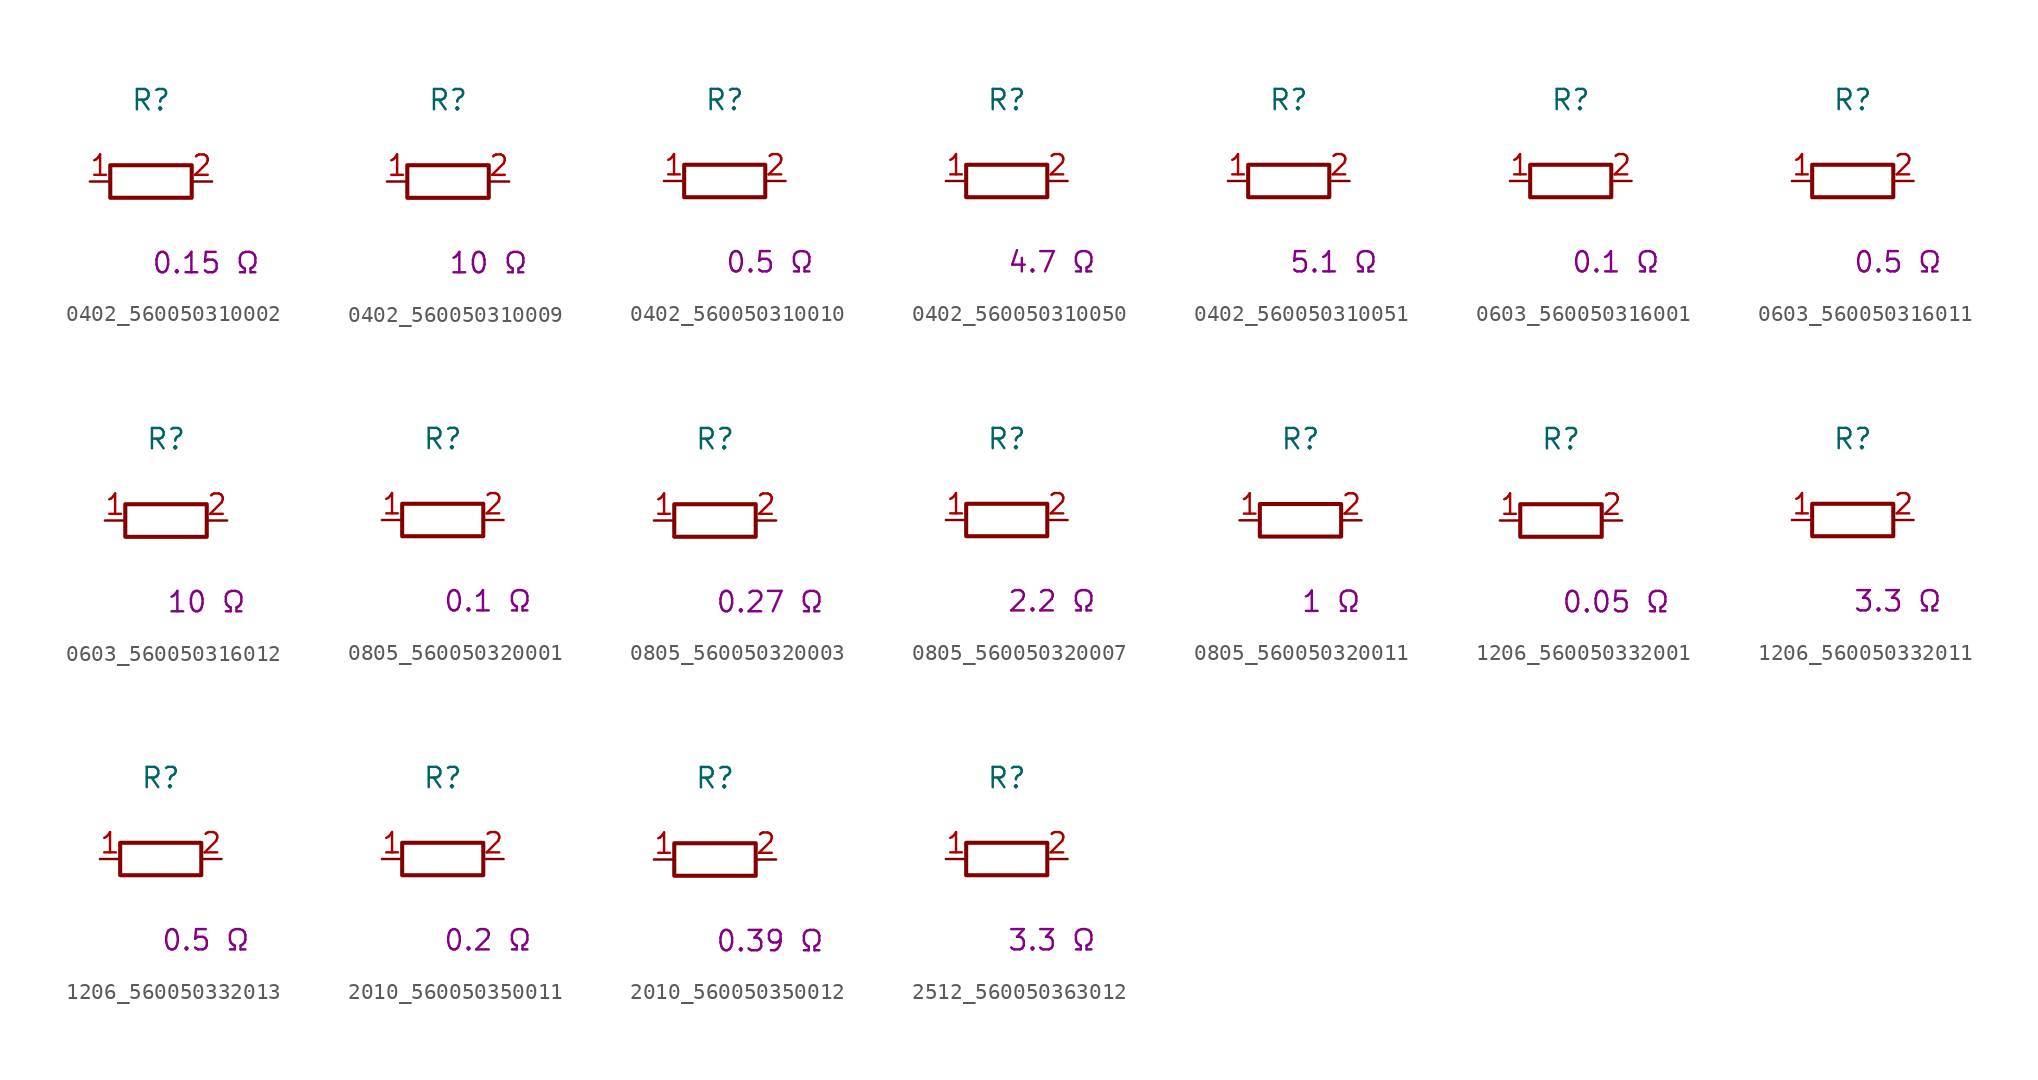
<source format=kicad_sym>
(kicad_symbol_lib
  (version 20220914)
  (generator kicad_symbol_editor)
  (symbol "0402_560050310002"
    (pin_names hide)
    (property "Reference" "R"
      (at 0 5.08 0)
      (effects (font (size 1.27 1.27))))
    (property "Critical Parameter" "0.15 Ω"
      (at 0 -5.08 0)
      (effects (font (size 1.27 1.27)) (justify left)))
    (symbol "0402_560050310002_0_1"
      (rectangle (start -2.54 -1.016) (end 2.54 1.016) (stroke (width 0.254) (type default)) (fill (type none))))
    (symbol "0402_560050310002_1_1"
      (pin passive line (at -3.81 0 0) (length 1.27) (name "~" (effects (font (size 1.27 1.27)))) (number "1" (effects (font (size 1.27 1.27)))))
      (pin passive line (at 3.81 0 180) (length 1.27) (name "~" (effects (font (size 1.27 1.27)))) (number "2" (effects (font (size 1.27 1.27)))))))
  (symbol "0402_560050310009"
    (pin_names hide)
    (property "Reference" "R"
      (at 0 5.08 0)
      (effects (font (size 1.27 1.27))))
    (property "Critical Parameter" "10 Ω"
      (at 0 -5.08 0)
      (effects (font (size 1.27 1.27)) (justify left)))
    (symbol "0402_560050310009_0_1"
      (rectangle (start -2.54 -1.016) (end 2.54 1.016) (stroke (width 0.254) (type default)) (fill (type none))))
    (symbol "0402_560050310009_1_1"
      (pin passive line (at -3.81 0 0) (length 1.27) (name "~" (effects (font (size 1.27 1.27)))) (number "1" (effects (font (size 1.27 1.27)))))
      (pin passive line (at 3.81 0 180) (length 1.27) (name "~" (effects (font (size 1.27 1.27)))) (number "2" (effects (font (size 1.27 1.27)))))))
  (symbol "0402_560050310010"
    (pin_names hide)
    (property "Reference" "R"
      (at 0 5.08 0)
      (effects (font (size 1.27 1.27))))
    (property "Critical Parameter" "0.5 Ω"
      (at 0 -5.08 0)
      (effects (font (size 1.27 1.27)) (justify left)))
    (symbol "0402_560050310010_0_1"
      (rectangle (start -2.54 -1.016) (end 2.54 1.016) (stroke (width 0.254) (type default)) (fill (type none))))
    (symbol "0402_560050310010_1_1"
      (pin passive line (at -3.81 0 0) (length 1.27) (name "~" (effects (font (size 1.27 1.27)))) (number "1" (effects (font (size 1.27 1.27)))))
      (pin passive line (at 3.81 0 180) (length 1.27) (name "~" (effects (font (size 1.27 1.27)))) (number "2" (effects (font (size 1.27 1.27)))))))
  (symbol "0402_560050310050"
    (pin_names hide)
    (property "Reference" "R"
      (at 0 5.08 0)
      (effects (font (size 1.27 1.27))))
    (property "Critical Parameter" "4.7 Ω"
      (at 0 -5.08 0)
      (effects (font (size 1.27 1.27)) (justify left)))
    (symbol "0402_560050310050_0_1"
      (rectangle (start -2.54 -1.016) (end 2.54 1.016) (stroke (width 0.254) (type default)) (fill (type none))))
    (symbol "0402_560050310050_1_1"
      (pin passive line (at -3.81 0 0) (length 1.27) (name "~" (effects (font (size 1.27 1.27)))) (number "1" (effects (font (size 1.27 1.27)))))
      (pin passive line (at 3.81 0 180) (length 1.27) (name "~" (effects (font (size 1.27 1.27)))) (number "2" (effects (font (size 1.27 1.27)))))))
  (symbol "0402_560050310051"
    (pin_names hide)
    (property "Reference" "R"
      (at 0 5.08 0)
      (effects (font (size 1.27 1.27))))
    (property "Critical Parameter" "5.1 Ω"
      (at 0 -5.08 0)
      (effects (font (size 1.27 1.27)) (justify left)))
    (symbol "0402_560050310051_0_1"
      (rectangle (start -2.54 -1.016) (end 2.54 1.016) (stroke (width 0.254) (type default)) (fill (type none))))
    (symbol "0402_560050310051_1_1"
      (pin passive line (at -3.81 0 0) (length 1.27) (name "~" (effects (font (size 1.27 1.27)))) (number "1" (effects (font (size 1.27 1.27)))))
      (pin passive line (at 3.81 0 180) (length 1.27) (name "~" (effects (font (size 1.27 1.27)))) (number "2" (effects (font (size 1.27 1.27)))))))
  (symbol "0603_560050316001"
    (pin_names hide)
    (property "Reference" "R"
      (at 0 5.08 0)
      (effects (font (size 1.27 1.27))))
    (property "Critical Parameter" "0.1 Ω"
      (at 0 -5.08 0)
      (effects (font (size 1.27 1.27)) (justify left)))
    (symbol "0603_560050316001_0_1"
      (rectangle (start -2.54 -1.016) (end 2.54 1.016) (stroke (width 0.254) (type default)) (fill (type none))))
    (symbol "0603_560050316001_1_1"
      (pin passive line (at -3.81 0 0) (length 1.27) (name "~" (effects (font (size 1.27 1.27)))) (number "1" (effects (font (size 1.27 1.27)))))
      (pin passive line (at 3.81 0 180) (length 1.27) (name "~" (effects (font (size 1.27 1.27)))) (number "2" (effects (font (size 1.27 1.27)))))))
  (symbol "0603_560050316011"
    (pin_names hide)
    (property "Reference" "R"
      (at 0 5.08 0)
      (effects (font (size 1.27 1.27))))
    (property "Critical Parameter" "0.5 Ω"
      (at 0 -5.08 0)
      (effects (font (size 1.27 1.27)) (justify left)))
    (symbol "0603_560050316011_0_1"
      (rectangle (start -2.54 -1.016) (end 2.54 1.016) (stroke (width 0.254) (type default)) (fill (type none))))
    (symbol "0603_560050316011_1_1"
      (pin passive line (at -3.81 0 0) (length 1.27) (name "~" (effects (font (size 1.27 1.27)))) (number "1" (effects (font (size 1.27 1.27)))))
      (pin passive line (at 3.81 0 180) (length 1.27) (name "~" (effects (font (size 1.27 1.27)))) (number "2" (effects (font (size 1.27 1.27)))))))
  (symbol "0603_560050316012"
    (pin_names hide)
    (property "Reference" "R"
      (at 0 5.08 0)
      (effects (font (size 1.27 1.27))))
    (property "Critical Parameter" "10 Ω"
      (at 0 -5.08 0)
      (effects (font (size 1.27 1.27)) (justify left)))
    (symbol "0603_560050316012_0_1"
      (rectangle (start -2.54 -1.016) (end 2.54 1.016) (stroke (width 0.254) (type default)) (fill (type none))))
    (symbol "0603_560050316012_1_1"
      (pin passive line (at -3.81 0 0) (length 1.27) (name "~" (effects (font (size 1.27 1.27)))) (number "1" (effects (font (size 1.27 1.27)))))
      (pin passive line (at 3.81 0 180) (length 1.27) (name "~" (effects (font (size 1.27 1.27)))) (number "2" (effects (font (size 1.27 1.27)))))))
  (symbol "0805_560050320001"
    (pin_names hide)
    (property "Reference" "R"
      (at 0 5.08 0)
      (effects (font (size 1.27 1.27))))
    (property "Critical Parameter" "0.1 Ω"
      (at 0 -5.08 0)
      (effects (font (size 1.27 1.27)) (justify left)))
    (symbol "0805_560050320001_0_1"
      (rectangle (start -2.54 -1.016) (end 2.54 1.016) (stroke (width 0.254) (type default)) (fill (type none))))
    (symbol "0805_560050320001_1_1"
      (pin passive line (at -3.81 0 0) (length 1.27) (name "~" (effects (font (size 1.27 1.27)))) (number "1" (effects (font (size 1.27 1.27)))))
      (pin passive line (at 3.81 0 180) (length 1.27) (name "~" (effects (font (size 1.27 1.27)))) (number "2" (effects (font (size 1.27 1.27)))))))
  (symbol "0805_560050320003"
    (pin_names hide)
    (property "Reference" "R"
      (at 0 5.08 0)
      (effects (font (size 1.27 1.27))))
    (property "Critical Parameter" "0.27 Ω"
      (at 0 -5.08 0)
      (effects (font (size 1.27 1.27)) (justify left)))
    (symbol "0805_560050320003_0_1"
      (rectangle (start -2.54 -1.016) (end 2.54 1.016) (stroke (width 0.254) (type default)) (fill (type none))))
    (symbol "0805_560050320003_1_1"
      (pin passive line (at -3.81 0 0) (length 1.27) (name "~" (effects (font (size 1.27 1.27)))) (number "1" (effects (font (size 1.27 1.27)))))
      (pin passive line (at 3.81 0 180) (length 1.27) (name "~" (effects (font (size 1.27 1.27)))) (number "2" (effects (font (size 1.27 1.27)))))))
  (symbol "0805_560050320007"
    (pin_names hide)
    (property "Reference" "R"
      (at 0 5.08 0)
      (effects (font (size 1.27 1.27))))
    (property "Critical Parameter" "2.2 Ω"
      (at 0 -5.08 0)
      (effects (font (size 1.27 1.27)) (justify left)))
    (symbol "0805_560050320007_0_1"
      (rectangle (start -2.54 -1.016) (end 2.54 1.016) (stroke (width 0.254) (type default)) (fill (type none))))
    (symbol "0805_560050320007_1_1"
      (pin passive line (at -3.81 0 0) (length 1.27) (name "~" (effects (font (size 1.27 1.27)))) (number "1" (effects (font (size 1.27 1.27)))))
      (pin passive line (at 3.81 0 180) (length 1.27) (name "~" (effects (font (size 1.27 1.27)))) (number "2" (effects (font (size 1.27 1.27)))))))
  (symbol "0805_560050320011"
    (pin_names hide)
    (property "Reference" "R"
      (at 0 5.08 0)
      (effects (font (size 1.27 1.27))))
    (property "Critical Parameter" "1 Ω"
      (at 0 -5.08 0)
      (effects (font (size 1.27 1.27)) (justify left)))
    (symbol "0805_560050320011_0_1"
      (rectangle (start -2.54 -1.016) (end 2.54 1.016) (stroke (width 0.254) (type default)) (fill (type none))))
    (symbol "0805_560050320011_1_1"
      (pin passive line (at -3.81 0 0) (length 1.27) (name "~" (effects (font (size 1.27 1.27)))) (number "1" (effects (font (size 1.27 1.27)))))
      (pin passive line (at 3.81 0 180) (length 1.27) (name "~" (effects (font (size 1.27 1.27)))) (number "2" (effects (font (size 1.27 1.27)))))))
  (symbol "1206_560050332001"
    (pin_names hide)
    (property "Reference" "R"
      (at 0 5.08 0)
      (effects (font (size 1.27 1.27))))
    (property "Critical Parameter" "0.05 Ω"
      (at 0 -5.08 0)
      (effects (font (size 1.27 1.27)) (justify left)))
    (symbol "1206_560050332001_0_1"
      (rectangle (start -2.54 -1.016) (end 2.54 1.016) (stroke (width 0.254) (type default)) (fill (type none))))
    (symbol "1206_560050332001_1_1"
      (pin passive line (at -3.81 0 0) (length 1.27) (name "~" (effects (font (size 1.27 1.27)))) (number "1" (effects (font (size 1.27 1.27)))))
      (pin passive line (at 3.81 0 180) (length 1.27) (name "~" (effects (font (size 1.27 1.27)))) (number "2" (effects (font (size 1.27 1.27)))))))
  (symbol "1206_560050332011"
    (pin_names hide)
    (property "Reference" "R"
      (at 0 5.08 0)
      (effects (font (size 1.27 1.27))))
    (property "Critical Parameter" "3.3 Ω"
      (at 0 -5.08 0)
      (effects (font (size 1.27 1.27)) (justify left)))
    (symbol "1206_560050332011_0_1"
      (rectangle (start -2.54 -1.016) (end 2.54 1.016) (stroke (width 0.254) (type default)) (fill (type none))))
    (symbol "1206_560050332011_1_1"
      (pin passive line (at -3.81 0 0) (length 1.27) (name "~" (effects (font (size 1.27 1.27)))) (number "1" (effects (font (size 1.27 1.27)))))
      (pin passive line (at 3.81 0 180) (length 1.27) (name "~" (effects (font (size 1.27 1.27)))) (number "2" (effects (font (size 1.27 1.27)))))))
  (symbol "1206_560050332013"
    (pin_names hide)
    (property "Reference" "R"
      (at 0 5.08 0)
      (effects (font (size 1.27 1.27))))
    (property "Critical Parameter" "0.5 Ω"
      (at 0 -5.08 0)
      (effects (font (size 1.27 1.27)) (justify left)))
    (symbol "1206_560050332013_0_1"
      (rectangle (start -2.54 -1.016) (end 2.54 1.016) (stroke (width 0.254) (type default)) (fill (type none))))
    (symbol "1206_560050332013_1_1"
      (pin passive line (at -3.81 0 0) (length 1.27) (name "~" (effects (font (size 1.27 1.27)))) (number "1" (effects (font (size 1.27 1.27)))))
      (pin passive line (at 3.81 0 180) (length 1.27) (name "~" (effects (font (size 1.27 1.27)))) (number "2" (effects (font (size 1.27 1.27)))))))
  (symbol "2010_560050350011"
    (pin_names hide)
    (property "Reference" "R"
      (at 0 5.08 0)
      (effects (font (size 1.27 1.27))))
    (property "Critical Parameter" "0.2 Ω"
      (at 0 -5.08 0)
      (effects (font (size 1.27 1.27)) (justify left)))
    (symbol "2010_560050350011_0_1"
      (rectangle (start -2.54 -1.016) (end 2.54 1.016) (stroke (width 0.254) (type default)) (fill (type none))))
    (symbol "2010_560050350011_1_1"
      (pin passive line (at -3.81 0 0) (length 1.27) (name "~" (effects (font (size 1.27 1.27)))) (number "1" (effects (font (size 1.27 1.27)))))
      (pin passive line (at 3.81 0 180) (length 1.27) (name "~" (effects (font (size 1.27 1.27)))) (number "2" (effects (font (size 1.27 1.27)))))))
  (symbol "2010_560050350012"
    (pin_names hide)
    (property "Reference" "R"
      (at 0 5.08 0)
      (effects (font (size 1.27 1.27))))
    (property "Critical Parameter" "0.39 Ω"
      (at 0 -5.08 0)
      (effects (font (size 1.27 1.27)) (justify left)))
    (symbol "2010_560050350012_0_1"
      (rectangle (start -2.54 -1.016) (end 2.54 1.016) (stroke (width 0.254) (type default)) (fill (type none))))
    (symbol "2010_560050350012_1_1"
      (pin passive line (at -3.81 0 0) (length 1.27) (name "~" (effects (font (size 1.27 1.27)))) (number "1" (effects (font (size 1.27 1.27)))))
      (pin passive line (at 3.81 0 180) (length 1.27) (name "~" (effects (font (size 1.27 1.27)))) (number "2" (effects (font (size 1.27 1.27)))))))
  (symbol "2512_560050363012"
    (pin_names hide)
    (property "Reference" "R"
      (at 0 5.08 0)
      (effects (font (size 1.27 1.27))))
    (property "Critical Parameter" "3.3 Ω"
      (at 0 -5.08 0)
      (effects (font (size 1.27 1.27)) (justify left)))
    (symbol "2512_560050363012_0_1"
      (rectangle (start -2.54 -1.016) (end 2.54 1.016) (stroke (width 0.254) (type default)) (fill (type none))))
    (symbol "2512_560050363012_1_1"
      (pin passive line (at -3.81 0 0) (length 1.27) (name "~" (effects (font (size 1.27 1.27)))) (number "1" (effects (font (size 1.27 1.27)))))
      (pin passive line (at 3.81 0 180) (length 1.27) (name "~" (effects (font (size 1.27 1.27)))) (number "2" (effects (font (size 1.27 1.27))))))))
</source>
